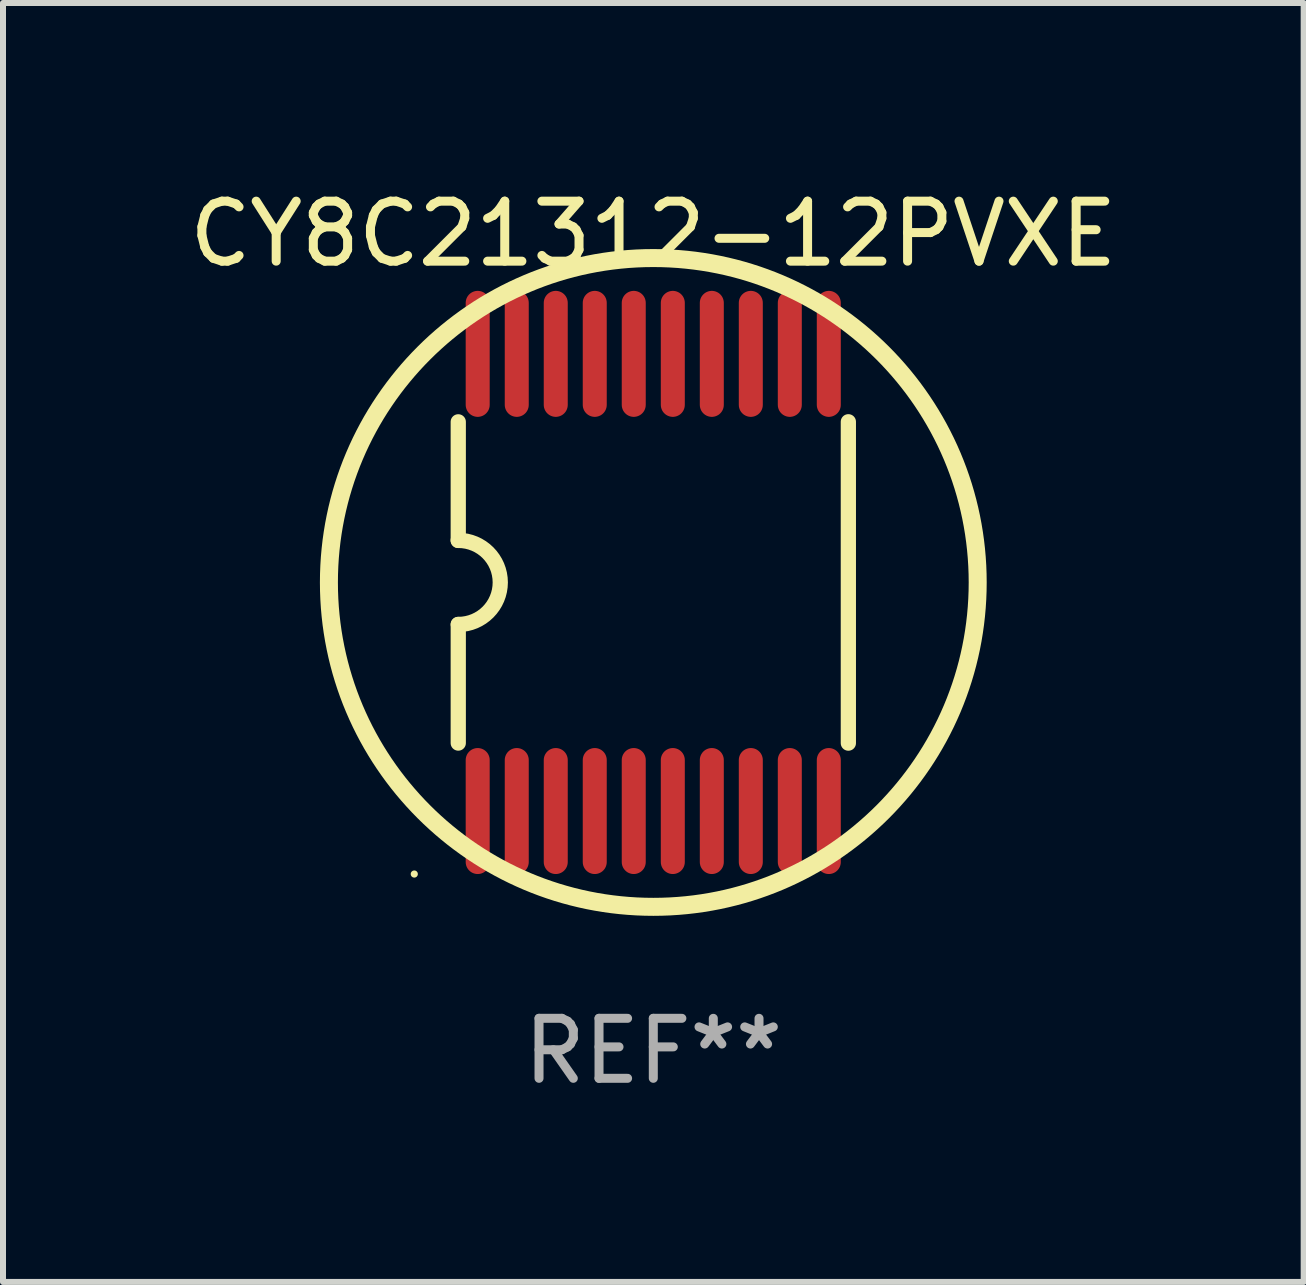
<source format=kicad_pcb>
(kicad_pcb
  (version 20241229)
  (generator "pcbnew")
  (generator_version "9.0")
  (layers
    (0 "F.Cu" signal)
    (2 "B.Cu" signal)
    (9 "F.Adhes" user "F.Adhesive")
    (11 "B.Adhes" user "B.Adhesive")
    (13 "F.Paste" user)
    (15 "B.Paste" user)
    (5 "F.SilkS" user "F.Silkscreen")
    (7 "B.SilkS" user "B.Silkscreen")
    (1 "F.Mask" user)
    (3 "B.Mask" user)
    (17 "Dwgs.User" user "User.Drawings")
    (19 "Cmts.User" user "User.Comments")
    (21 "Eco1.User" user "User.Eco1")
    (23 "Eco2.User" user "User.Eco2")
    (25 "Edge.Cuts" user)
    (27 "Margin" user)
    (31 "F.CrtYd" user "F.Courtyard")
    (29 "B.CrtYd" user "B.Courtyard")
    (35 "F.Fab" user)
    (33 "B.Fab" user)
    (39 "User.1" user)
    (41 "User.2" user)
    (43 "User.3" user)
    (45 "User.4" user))
  (footprint "CY8C21312-12PVXE"
    (layer "F.Cu")
    (at 7.839 6.658)
    (property "Reference" "CY8C21312-12PVXE" (at 0 -5.81 0) (layer "F.SilkS") (effects (font (size 1 1) (thickness 0.15))))
    (attr through_hole)
    (fp_line (start -3.251 -2.677) (end -3.251 -0.7) (stroke (width 0.254) (type solid)) (layer "F.SilkS"))
    (fp_line (start -3.251 0.7) (end -3.251 2.677) (stroke (width 0.254) (type solid)) (layer "F.SilkS"))
    (fp_line (start 3.251 -2.678) (end 3.251 2.678) (stroke (width 0.254) (type solid)) (layer "F.SilkS"))
    (fp_arc (start -3.785204 3.860808) (mid 3.785182 -3.860786) (end -3.785204 3.860808) (stroke (width 0.3) (type solid)) (layer "F.SilkS"))
    (fp_arc (start -3.251803 -0.701041) (mid -2.55127 -0.001117) (end -3.25061 0.7) (stroke (width 0.254001) (type solid)) (layer "F.SilkS"))
    (fp_circle (center -3.984 4.86) (end -3.954 4.86) (stroke (width 0.06) (type solid)) (fill no) (layer "F.SilkS"))
    (fp_text user "REF**" (at 0 7.81 0) (layer "F.Fab") (effects (font (size 1 1) (thickness 0.15))))
    (pad "1" smd oval (at -2.927 3.81 180) (size 0.4 2.1) (layers "F.Cu" "F.Mask" "F.Paste"))
    (pad "2" smd oval (at -2.276 3.81 180) (size 0.4 2.1) (layers "F.Cu" "F.Mask" "F.Paste"))
    (pad "3" smd oval (at -1.626 3.81 180) (size 0.4 2.1) (layers "F.Cu" "F.Mask" "F.Paste"))
    (pad "4" smd oval (at -0.976 3.81 180) (size 0.4 2.1) (layers "F.Cu" "F.Mask" "F.Paste"))
    (pad "5" smd oval (at -0.326 3.81 180) (size 0.4 2.1) (layers "F.Cu" "F.Mask" "F.Paste"))
    (pad "6" smd oval (at 0.325 3.81 180) (size 0.4 2.1) (layers "F.Cu" "F.Mask" "F.Paste"))
    (pad "7" smd oval (at 0.975 3.81 180) (size 0.4 2.1) (layers "F.Cu" "F.Mask" "F.Paste"))
    (pad "8" smd oval (at 1.625 3.81 180) (size 0.4 2.1) (layers "F.Cu" "F.Mask" "F.Paste"))
    (pad "9" smd oval (at 2.275 3.81 180) (size 0.4 2.1) (layers "F.Cu" "F.Mask" "F.Paste"))
    (pad "10" smd oval (at 2.925 3.81 180) (size 0.4 2.1) (layers "F.Cu" "F.Mask" "F.Paste"))
    (pad "11" smd oval (at 2.925 -3.81 180) (size 0.4 2.1) (layers "F.Cu" "F.Mask" "F.Paste"))
    (pad "12" smd oval (at 2.275 -3.81 180) (size 0.4 2.1) (layers "F.Cu" "F.Mask" "F.Paste"))
    (pad "13" smd oval (at 1.625 -3.81 180) (size 0.4 2.1) (layers "F.Cu" "F.Mask" "F.Paste"))
    (pad "14" smd oval (at 0.975 -3.81 180) (size 0.4 2.1) (layers "F.Cu" "F.Mask" "F.Paste"))
    (pad "15" smd oval (at 0.325 -3.81 180) (size 0.4 2.1) (layers "F.Cu" "F.Mask" "F.Paste"))
    (pad "16" smd oval (at -0.326 -3.81 180) (size 0.4 2.1) (layers "F.Cu" "F.Mask" "F.Paste"))
    (pad "17" smd oval (at -0.976 -3.81 180) (size 0.4 2.1) (layers "F.Cu" "F.Mask" "F.Paste"))
    (pad "18" smd oval (at -1.626 -3.81 180) (size 0.4 2.1) (layers "F.Cu" "F.Mask" "F.Paste"))
    (pad "19" smd oval (at -2.276 -3.81 180) (size 0.4 2.1) (layers "F.Cu" "F.Mask" "F.Paste"))
    (pad "20" smd oval (at -2.927 -3.81 180) (size 0.4 2.1) (layers "F.Cu" "F.Mask" "F.Paste")))
  (gr_rect
    (start -3 -3)
    (end 18.679 18.317)
    (stroke (width 0.1) (type default))
    (fill no)
    (layer "Edge.Cuts")))
</source>
